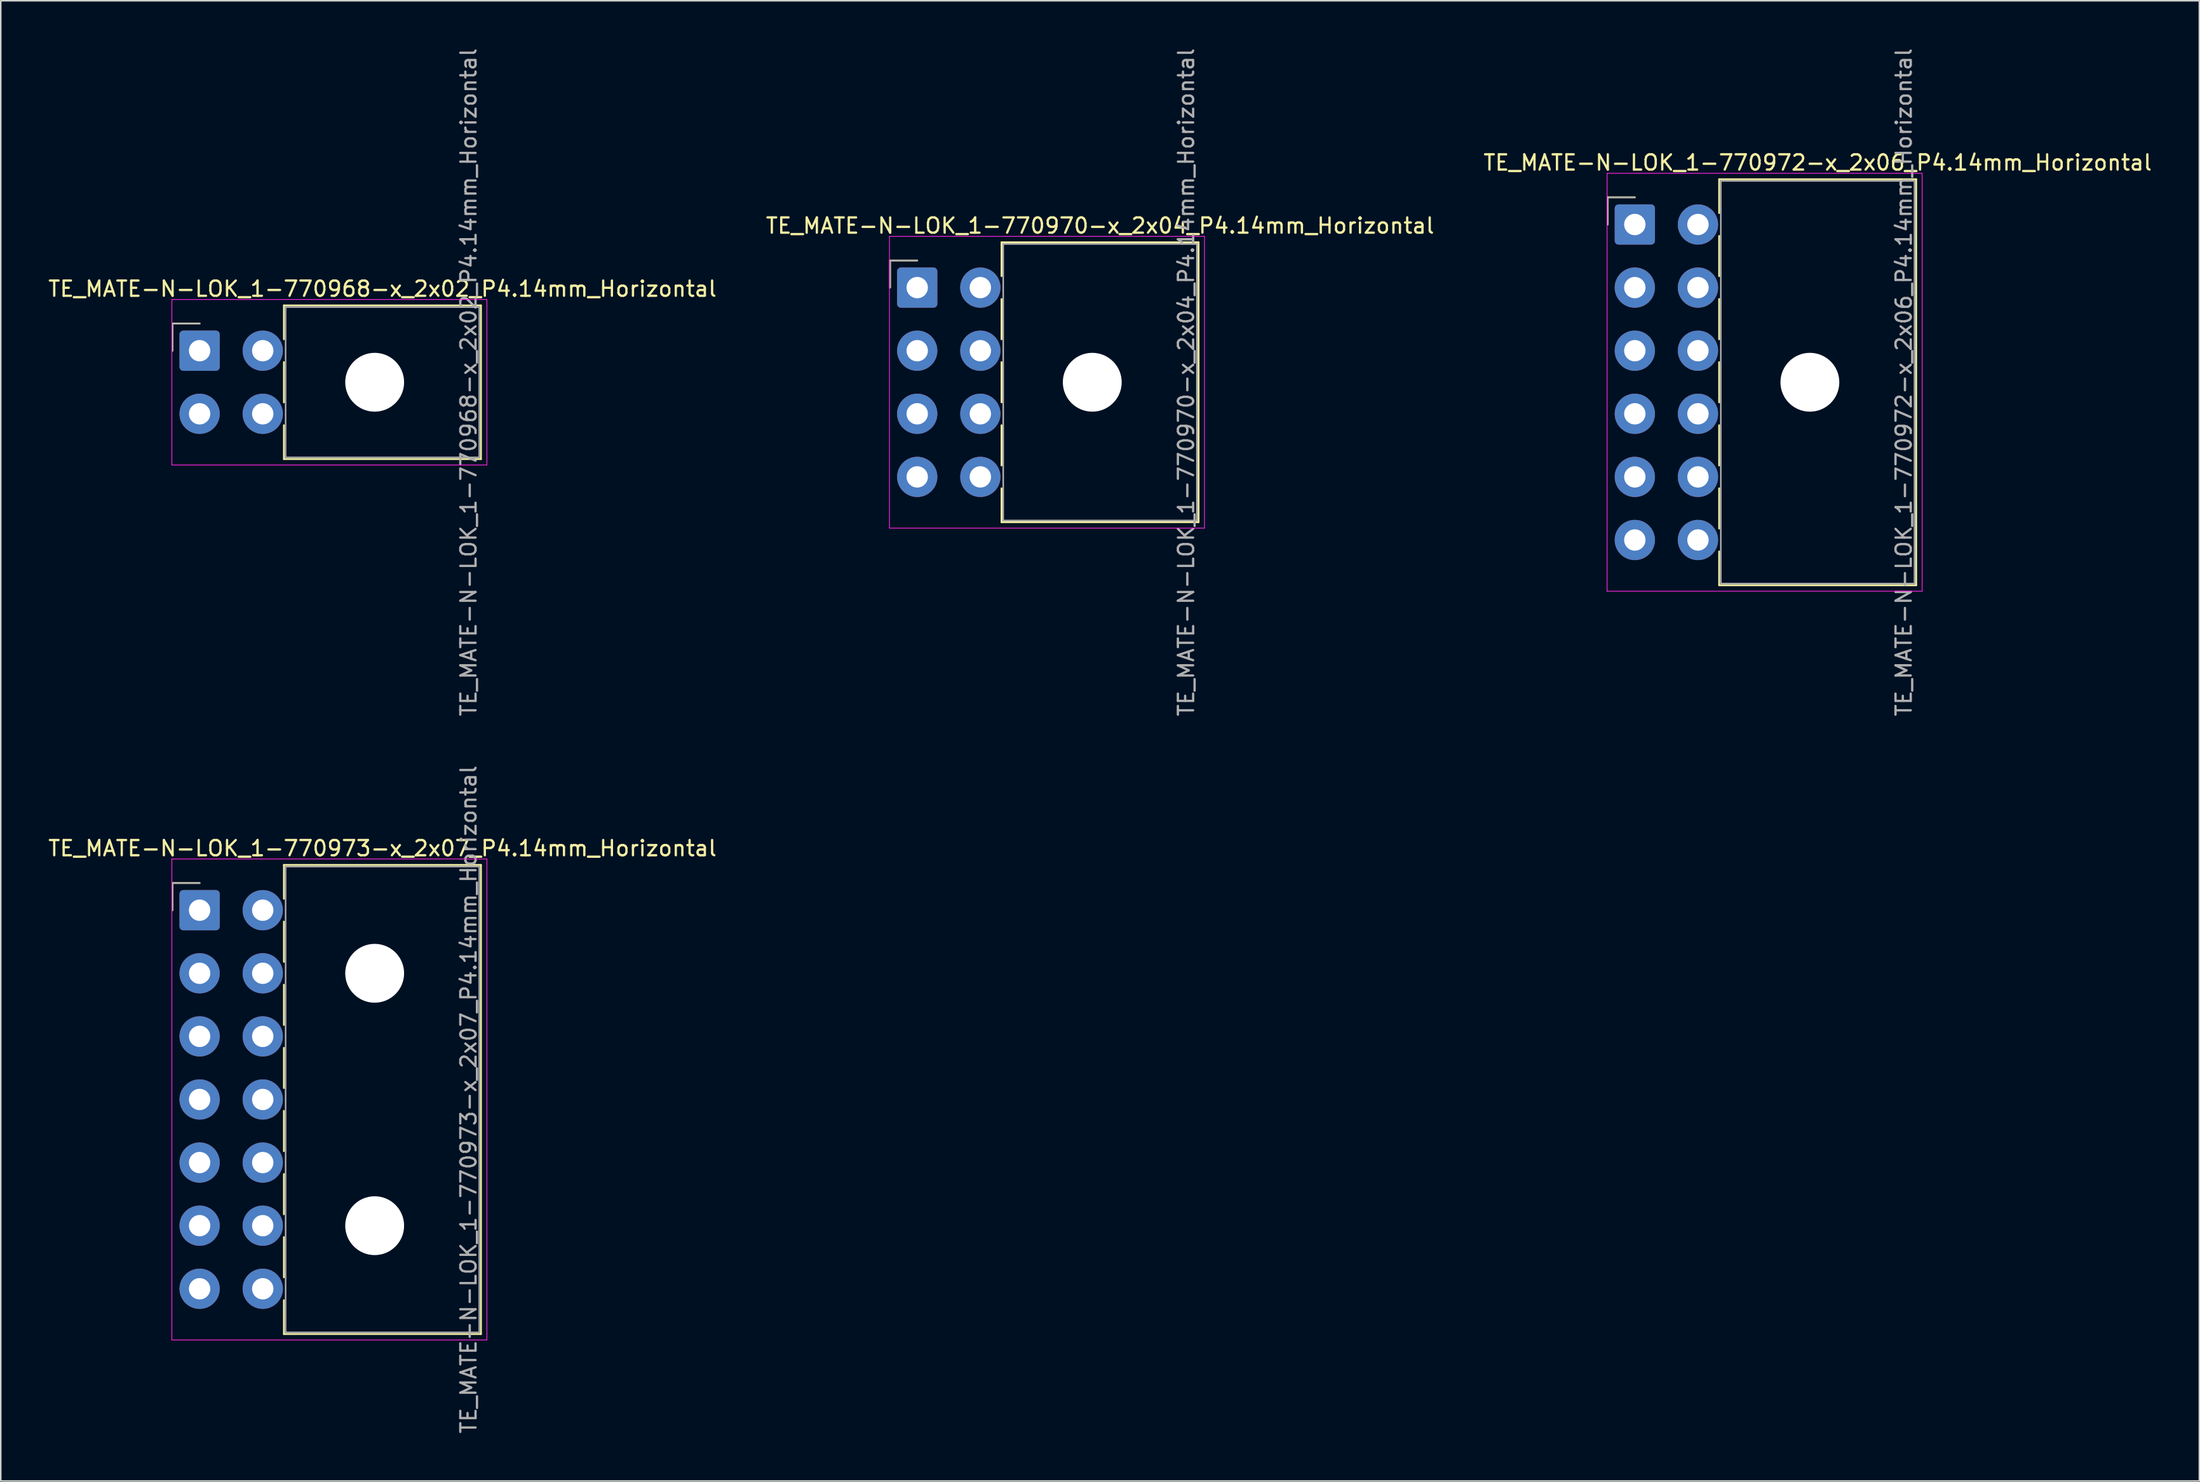
<source format=kicad_pcb>
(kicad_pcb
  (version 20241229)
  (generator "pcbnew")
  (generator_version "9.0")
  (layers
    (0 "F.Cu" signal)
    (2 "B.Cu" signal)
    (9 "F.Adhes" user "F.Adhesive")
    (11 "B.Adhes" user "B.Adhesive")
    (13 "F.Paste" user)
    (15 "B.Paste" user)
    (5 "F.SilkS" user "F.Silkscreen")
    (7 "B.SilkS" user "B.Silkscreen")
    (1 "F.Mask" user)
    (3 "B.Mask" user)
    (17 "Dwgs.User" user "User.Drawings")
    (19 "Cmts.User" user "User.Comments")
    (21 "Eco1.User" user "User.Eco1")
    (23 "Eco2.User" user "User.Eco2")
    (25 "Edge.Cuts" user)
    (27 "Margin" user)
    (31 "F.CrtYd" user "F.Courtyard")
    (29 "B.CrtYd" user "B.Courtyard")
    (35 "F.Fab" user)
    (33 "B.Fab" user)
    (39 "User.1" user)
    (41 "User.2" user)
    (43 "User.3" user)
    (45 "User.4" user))
  (footprint "TE_MATE-N-LOK_1-770968-x_2x02_P4.14mm_Horizontal"
    (layer "F.Cu")
    (at 10.04 19.96)
    (property "Reference" "TE_MATE-N-LOK_1-770968-x_2x02_P4.14mm_Horizontal" (at 11.99 -4.06 0) (layer "F.SilkS") (effects (font (size 1 1) (thickness 0.15))))
    (attr through_hole)
    (fp_line (start -1.78 -1.78) (end -1.78 0) (stroke (width 0.12) (type solid)) (layer "F.SilkS"))
    (fp_line (start 0 -1.78) (end -1.78 -1.78) (stroke (width 0.12) (type solid)) (layer "F.SilkS"))
    (fp_line (start 5.53 -2.97) (end 18.45 -2.97) (stroke (width 0.12) (type solid)) (layer "F.SilkS"))
    (fp_line (start 5.53 -0.751) (end 5.53 -2.97) (stroke (width 0.12) (type solid)) (layer "F.SilkS"))
    (fp_line (start 5.53 0.751) (end 5.53 3.389) (stroke (width 0.12) (type solid)) (layer "F.SilkS"))
    (fp_line (start 5.53 7.11) (end 5.53 4.891) (stroke (width 0.12) (type solid)) (layer "F.SilkS"))
    (fp_line (start 18.45 -2.97) (end 18.45 7.11) (stroke (width 0.12) (type solid)) (layer "F.SilkS"))
    (fp_line (start 18.45 7.11) (end 5.53 7.11) (stroke (width 0.12) (type solid)) (layer "F.SilkS"))
    (fp_line (start -1.82 -3.36) (end -1.82 7.5) (stroke (width 0.05) (type solid)) (layer "F.CrtYd"))
    (fp_line (start -1.82 7.5) (end 18.84 7.5) (stroke (width 0.05) (type solid)) (layer "F.CrtYd"))
    (fp_line (start 18.84 -3.36) (end -1.82 -3.36) (stroke (width 0.05) (type solid)) (layer "F.CrtYd"))
    (fp_line (start 18.84 7.5) (end 18.84 -3.36) (stroke (width 0.05) (type solid)) (layer "F.CrtYd"))
    (fp_line (start -1.78 -1.78) (end -1.78 0) (stroke (width 0.1) (type solid)) (layer "F.Fab"))
    (fp_line (start 0 -1.78) (end -1.78 -1.78) (stroke (width 0.1) (type solid)) (layer "F.Fab"))
    (fp_line (start 5.64 -2.86) (end 5.64 7) (stroke (width 0.1) (type solid)) (layer "F.Fab"))
    (fp_line (start 5.64 7) (end 18.34 7) (stroke (width 0.1) (type solid)) (layer "F.Fab"))
    (fp_line (start 18.34 -2.86) (end 5.64 -2.86) (stroke (width 0.1) (type solid)) (layer "F.Fab"))
    (fp_line (start 18.34 7) (end 18.34 -2.86) (stroke (width 0.1) (type solid)) (layer "F.Fab"))
    (fp_text user "${REFERENCE}" (at 17.64 2.07 90) (layer "F.Fab") (effects (font (size 1 1) (thickness 0.15))))
    (pad "" np_thru_hole circle (at 11.48 2.07) (size 3.86 3.86) (drill 3.86) (layers "*.Cu" "*.Mask"))
    (pad "1" thru_hole roundrect (at 0 0) (size 2.64 2.64) (drill 1.4) (layers "*.Cu" "*.Mask") (roundrect_rratio 0.095))
    (pad "2" thru_hole circle (at 0 4.14) (size 2.64 2.64) (drill 1.4) (layers "*.Cu" "*.Mask"))
    (pad "3" thru_hole circle (at 4.14 0) (size 2.64 2.64) (drill 1.4) (layers "*.Cu" "*.Mask"))
    (pad "4" thru_hole circle (at 4.14 4.14) (size 2.64 2.64) (drill 1.4) (layers "*.Cu" "*.Mask")))
  (footprint "TE_MATE-N-LOK_1-770972-x_2x06_P4.14mm_Horizontal"
    (layer "F.Cu")
    (at 104.159 11.68)
    (property "Reference" "TE_MATE-N-LOK_1-770972-x_2x06_P4.14mm_Horizontal" (at 11.99 -4.06 0) (layer "F.SilkS") (effects (font (size 1 1) (thickness 0.15))))
    (attr through_hole)
    (fp_line (start -1.78 -1.78) (end -1.78 0) (stroke (width 0.12) (type solid)) (layer "F.SilkS"))
    (fp_line (start 0 -1.78) (end -1.78 -1.78) (stroke (width 0.12) (type solid)) (layer "F.SilkS"))
    (fp_line (start 5.53 -2.97) (end 18.45 -2.97) (stroke (width 0.12) (type solid)) (layer "F.SilkS"))
    (fp_line (start 5.53 -0.751) (end 5.53 -2.97) (stroke (width 0.12) (type solid)) (layer "F.SilkS"))
    (fp_line (start 5.53 0.751) (end 5.53 3.389) (stroke (width 0.12) (type solid)) (layer "F.SilkS"))
    (fp_line (start 5.53 4.891) (end 5.53 7.529) (stroke (width 0.12) (type solid)) (layer "F.SilkS"))
    (fp_line (start 5.53 9.031) (end 5.53 11.669) (stroke (width 0.12) (type solid)) (layer "F.SilkS"))
    (fp_line (start 5.53 13.171) (end 5.53 15.809) (stroke (width 0.12) (type solid)) (layer "F.SilkS"))
    (fp_line (start 5.53 17.311) (end 5.53 19.949) (stroke (width 0.12) (type solid)) (layer "F.SilkS"))
    (fp_line (start 5.53 23.67) (end 5.53 21.451) (stroke (width 0.12) (type solid)) (layer "F.SilkS"))
    (fp_line (start 18.45 -2.97) (end 18.45 23.67) (stroke (width 0.12) (type solid)) (layer "F.SilkS"))
    (fp_line (start 18.45 23.67) (end 5.53 23.67) (stroke (width 0.12) (type solid)) (layer "F.SilkS"))
    (fp_line (start -1.82 -3.36) (end -1.82 24.06) (stroke (width 0.05) (type solid)) (layer "F.CrtYd"))
    (fp_line (start -1.82 24.06) (end 18.84 24.06) (stroke (width 0.05) (type solid)) (layer "F.CrtYd"))
    (fp_line (start 18.84 -3.36) (end -1.82 -3.36) (stroke (width 0.05) (type solid)) (layer "F.CrtYd"))
    (fp_line (start 18.84 24.06) (end 18.84 -3.36) (stroke (width 0.05) (type solid)) (layer "F.CrtYd"))
    (fp_line (start -1.78 -1.78) (end -1.78 0) (stroke (width 0.1) (type solid)) (layer "F.Fab"))
    (fp_line (start 0 -1.78) (end -1.78 -1.78) (stroke (width 0.1) (type solid)) (layer "F.Fab"))
    (fp_line (start 5.64 -2.86) (end 5.64 23.56) (stroke (width 0.1) (type solid)) (layer "F.Fab"))
    (fp_line (start 5.64 23.56) (end 18.34 23.56) (stroke (width 0.1) (type solid)) (layer "F.Fab"))
    (fp_line (start 18.34 -2.86) (end 5.64 -2.86) (stroke (width 0.1) (type solid)) (layer "F.Fab"))
    (fp_line (start 18.34 23.56) (end 18.34 -2.86) (stroke (width 0.1) (type solid)) (layer "F.Fab"))
    (fp_text user "${REFERENCE}" (at 17.64 10.35 90) (layer "F.Fab") (effects (font (size 1 1) (thickness 0.15))))
    (pad "" np_thru_hole circle (at 11.48 10.35) (size 3.86 3.86) (drill 3.86) (layers "*.Cu" "*.Mask"))
    (pad "1" thru_hole roundrect (at 0 0) (size 2.64 2.64) (drill 1.4) (layers "*.Cu" "*.Mask") (roundrect_rratio 0.095))
    (pad "2" thru_hole circle (at 0 4.14) (size 2.64 2.64) (drill 1.4) (layers "*.Cu" "*.Mask"))
    (pad "3" thru_hole circle (at 0 8.28) (size 2.64 2.64) (drill 1.4) (layers "*.Cu" "*.Mask"))
    (pad "4" thru_hole circle (at 0 12.42) (size 2.64 2.64) (drill 1.4) (layers "*.Cu" "*.Mask"))
    (pad "5" thru_hole circle (at 0 16.56) (size 2.64 2.64) (drill 1.4) (layers "*.Cu" "*.Mask"))
    (pad "6" thru_hole circle (at 0 20.7) (size 2.64 2.64) (drill 1.4) (layers "*.Cu" "*.Mask"))
    (pad "7" thru_hole circle (at 4.14 0) (size 2.64 2.64) (drill 1.4) (layers "*.Cu" "*.Mask"))
    (pad "8" thru_hole circle (at 4.14 4.14) (size 2.64 2.64) (drill 1.4) (layers "*.Cu" "*.Mask"))
    (pad "9" thru_hole circle (at 4.14 8.28) (size 2.64 2.64) (drill 1.4) (layers "*.Cu" "*.Mask"))
    (pad "10" thru_hole circle (at 4.14 12.42) (size 2.64 2.64) (drill 1.4) (layers "*.Cu" "*.Mask"))
    (pad "11" thru_hole circle (at 4.14 16.56) (size 2.64 2.64) (drill 1.4) (layers "*.Cu" "*.Mask"))
    (pad "12" thru_hole circle (at 4.14 20.7) (size 2.64 2.64) (drill 1.4) (layers "*.Cu" "*.Mask")))
  (footprint "TE_MATE-N-LOK_1-770970-x_2x04_P4.14mm_Horizontal"
    (layer "F.Cu")
    (at 57.099 15.82)
    (property "Reference" "TE_MATE-N-LOK_1-770970-x_2x04_P4.14mm_Horizontal" (at 11.99 -4.06 0) (layer "F.SilkS") (effects (font (size 1 1) (thickness 0.15))))
    (attr through_hole)
    (fp_line (start -1.78 -1.78) (end -1.78 0) (stroke (width 0.12) (type solid)) (layer "F.SilkS"))
    (fp_line (start 0 -1.78) (end -1.78 -1.78) (stroke (width 0.12) (type solid)) (layer "F.SilkS"))
    (fp_line (start 5.53 -2.97) (end 18.45 -2.97) (stroke (width 0.12) (type solid)) (layer "F.SilkS"))
    (fp_line (start 5.53 -0.751) (end 5.53 -2.97) (stroke (width 0.12) (type solid)) (layer "F.SilkS"))
    (fp_line (start 5.53 0.751) (end 5.53 3.389) (stroke (width 0.12) (type solid)) (layer "F.SilkS"))
    (fp_line (start 5.53 4.891) (end 5.53 7.529) (stroke (width 0.12) (type solid)) (layer "F.SilkS"))
    (fp_line (start 5.53 9.031) (end 5.53 11.669) (stroke (width 0.12) (type solid)) (layer "F.SilkS"))
    (fp_line (start 5.53 15.39) (end 5.53 13.171) (stroke (width 0.12) (type solid)) (layer "F.SilkS"))
    (fp_line (start 18.45 -2.97) (end 18.45 15.39) (stroke (width 0.12) (type solid)) (layer "F.SilkS"))
    (fp_line (start 18.45 15.39) (end 5.53 15.39) (stroke (width 0.12) (type solid)) (layer "F.SilkS"))
    (fp_line (start -1.82 -3.36) (end -1.82 15.78) (stroke (width 0.05) (type solid)) (layer "F.CrtYd"))
    (fp_line (start -1.82 15.78) (end 18.84 15.78) (stroke (width 0.05) (type solid)) (layer "F.CrtYd"))
    (fp_line (start 18.84 -3.36) (end -1.82 -3.36) (stroke (width 0.05) (type solid)) (layer "F.CrtYd"))
    (fp_line (start 18.84 15.78) (end 18.84 -3.36) (stroke (width 0.05) (type solid)) (layer "F.CrtYd"))
    (fp_line (start -1.78 -1.78) (end -1.78 0) (stroke (width 0.1) (type solid)) (layer "F.Fab"))
    (fp_line (start 0 -1.78) (end -1.78 -1.78) (stroke (width 0.1) (type solid)) (layer "F.Fab"))
    (fp_line (start 5.64 -2.86) (end 5.64 15.28) (stroke (width 0.1) (type solid)) (layer "F.Fab"))
    (fp_line (start 5.64 15.28) (end 18.34 15.28) (stroke (width 0.1) (type solid)) (layer "F.Fab"))
    (fp_line (start 18.34 -2.86) (end 5.64 -2.86) (stroke (width 0.1) (type solid)) (layer "F.Fab"))
    (fp_line (start 18.34 15.28) (end 18.34 -2.86) (stroke (width 0.1) (type solid)) (layer "F.Fab"))
    (fp_text user "${REFERENCE}" (at 17.64 6.21 90) (layer "F.Fab") (effects (font (size 1 1) (thickness 0.15))))
    (pad "" np_thru_hole circle (at 11.48 6.21) (size 3.86 3.86) (drill 3.86) (layers "*.Cu" "*.Mask"))
    (pad "1" thru_hole roundrect (at 0 0) (size 2.64 2.64) (drill 1.4) (layers "*.Cu" "*.Mask") (roundrect_rratio 0.095))
    (pad "2" thru_hole circle (at 0 4.14) (size 2.64 2.64) (drill 1.4) (layers "*.Cu" "*.Mask"))
    (pad "3" thru_hole circle (at 0 8.28) (size 2.64 2.64) (drill 1.4) (layers "*.Cu" "*.Mask"))
    (pad "4" thru_hole circle (at 0 12.42) (size 2.64 2.64) (drill 1.4) (layers "*.Cu" "*.Mask"))
    (pad "5" thru_hole circle (at 4.14 0) (size 2.64 2.64) (drill 1.4) (layers "*.Cu" "*.Mask"))
    (pad "6" thru_hole circle (at 4.14 4.14) (size 2.64 2.64) (drill 1.4) (layers "*.Cu" "*.Mask"))
    (pad "7" thru_hole circle (at 4.14 8.28) (size 2.64 2.64) (drill 1.4) (layers "*.Cu" "*.Mask"))
    (pad "8" thru_hole circle (at 4.14 12.42) (size 2.64 2.64) (drill 1.4) (layers "*.Cu" "*.Mask")))
  (footprint "TE_MATE-N-LOK_1-770973-x_2x07_P4.14mm_Horizontal"
    (layer "F.Cu")
    (at 10.04 56.669)
    (property "Reference" "TE_MATE-N-LOK_1-770973-x_2x07_P4.14mm_Horizontal" (at 11.99 -4.06 0) (layer "F.SilkS") (effects (font (size 1 1) (thickness 0.15))))
    (attr through_hole)
    (fp_line (start -1.78 -1.78) (end -1.78 0) (stroke (width 0.12) (type solid)) (layer "F.SilkS"))
    (fp_line (start 0 -1.78) (end -1.78 -1.78) (stroke (width 0.12) (type solid)) (layer "F.SilkS"))
    (fp_line (start 5.53 -2.97) (end 18.45 -2.97) (stroke (width 0.12) (type solid)) (layer "F.SilkS"))
    (fp_line (start 5.53 -0.751) (end 5.53 -2.97) (stroke (width 0.12) (type solid)) (layer "F.SilkS"))
    (fp_line (start 5.53 0.751) (end 5.53 3.389) (stroke (width 0.12) (type solid)) (layer "F.SilkS"))
    (fp_line (start 5.53 4.891) (end 5.53 7.529) (stroke (width 0.12) (type solid)) (layer "F.SilkS"))
    (fp_line (start 5.53 9.031) (end 5.53 11.669) (stroke (width 0.12) (type solid)) (layer "F.SilkS"))
    (fp_line (start 5.53 13.171) (end 5.53 15.809) (stroke (width 0.12) (type solid)) (layer "F.SilkS"))
    (fp_line (start 5.53 17.311) (end 5.53 19.949) (stroke (width 0.12) (type solid)) (layer "F.SilkS"))
    (fp_line (start 5.53 21.451) (end 5.53 24.089) (stroke (width 0.12) (type solid)) (layer "F.SilkS"))
    (fp_line (start 5.53 27.81) (end 5.53 25.591) (stroke (width 0.12) (type solid)) (layer "F.SilkS"))
    (fp_line (start 18.45 -2.97) (end 18.45 27.81) (stroke (width 0.12) (type solid)) (layer "F.SilkS"))
    (fp_line (start 18.45 27.81) (end 5.53 27.81) (stroke (width 0.12) (type solid)) (layer "F.SilkS"))
    (fp_line (start -1.82 -3.36) (end -1.82 28.2) (stroke (width 0.05) (type solid)) (layer "F.CrtYd"))
    (fp_line (start -1.82 28.2) (end 18.84 28.2) (stroke (width 0.05) (type solid)) (layer "F.CrtYd"))
    (fp_line (start 18.84 -3.36) (end -1.82 -3.36) (stroke (width 0.05) (type solid)) (layer "F.CrtYd"))
    (fp_line (start 18.84 28.2) (end 18.84 -3.36) (stroke (width 0.05) (type solid)) (layer "F.CrtYd"))
    (fp_line (start -1.78 -1.78) (end -1.78 0) (stroke (width 0.1) (type solid)) (layer "F.Fab"))
    (fp_line (start 0 -1.78) (end -1.78 -1.78) (stroke (width 0.1) (type solid)) (layer "F.Fab"))
    (fp_line (start 5.64 -2.86) (end 5.64 27.7) (stroke (width 0.1) (type solid)) (layer "F.Fab"))
    (fp_line (start 5.64 27.7) (end 18.34 27.7) (stroke (width 0.1) (type solid)) (layer "F.Fab"))
    (fp_line (start 18.34 -2.86) (end 5.64 -2.86) (stroke (width 0.1) (type solid)) (layer "F.Fab"))
    (fp_line (start 18.34 27.7) (end 18.34 -2.86) (stroke (width 0.1) (type solid)) (layer "F.Fab"))
    (fp_text user "${REFERENCE}" (at 17.64 12.42 90) (layer "F.Fab") (effects (font (size 1 1) (thickness 0.15))))
    (pad "" np_thru_hole circle (at 11.48 4.14) (size 3.86 3.86) (drill 3.86) (layers "*.Cu" "*.Mask"))
    (pad "" np_thru_hole circle (at 11.48 20.7) (size 3.86 3.86) (drill 3.86) (layers "*.Cu" "*.Mask"))
    (pad "1" thru_hole roundrect (at 0 0) (size 2.64 2.64) (drill 1.4) (layers "*.Cu" "*.Mask") (roundrect_rratio 0.095))
    (pad "2" thru_hole circle (at 0 4.14) (size 2.64 2.64) (drill 1.4) (layers "*.Cu" "*.Mask"))
    (pad "3" thru_hole circle (at 0 8.28) (size 2.64 2.64) (drill 1.4) (layers "*.Cu" "*.Mask"))
    (pad "4" thru_hole circle (at 0 12.42) (size 2.64 2.64) (drill 1.4) (layers "*.Cu" "*.Mask"))
    (pad "5" thru_hole circle (at 0 16.56) (size 2.64 2.64) (drill 1.4) (layers "*.Cu" "*.Mask"))
    (pad "6" thru_hole circle (at 0 20.7) (size 2.64 2.64) (drill 1.4) (layers "*.Cu" "*.Mask"))
    (pad "7" thru_hole circle (at 0 24.84) (size 2.64 2.64) (drill 1.4) (layers "*.Cu" "*.Mask"))
    (pad "8" thru_hole circle (at 4.14 0) (size 2.64 2.64) (drill 1.4) (layers "*.Cu" "*.Mask"))
    (pad "9" thru_hole circle (at 4.14 4.14) (size 2.64 2.64) (drill 1.4) (layers "*.Cu" "*.Mask"))
    (pad "10" thru_hole circle (at 4.14 8.28) (size 2.64 2.64) (drill 1.4) (layers "*.Cu" "*.Mask"))
    (pad "11" thru_hole circle (at 4.14 12.42) (size 2.64 2.64) (drill 1.4) (layers "*.Cu" "*.Mask"))
    (pad "12" thru_hole circle (at 4.14 16.56) (size 2.64 2.64) (drill 1.4) (layers "*.Cu" "*.Mask"))
    (pad "13" thru_hole circle (at 4.14 20.7) (size 2.64 2.64) (drill 1.4) (layers "*.Cu" "*.Mask"))
    (pad "14" thru_hole circle (at 4.14 24.84) (size 2.64 2.64) (drill 1.4) (layers "*.Cu" "*.Mask")))
  (gr_rect
    (start -3 -3)
    (end 141.179 94.119)
    (stroke (width 0.1) (type default))
    (fill no)
    (layer "Edge.Cuts")))
</source>
